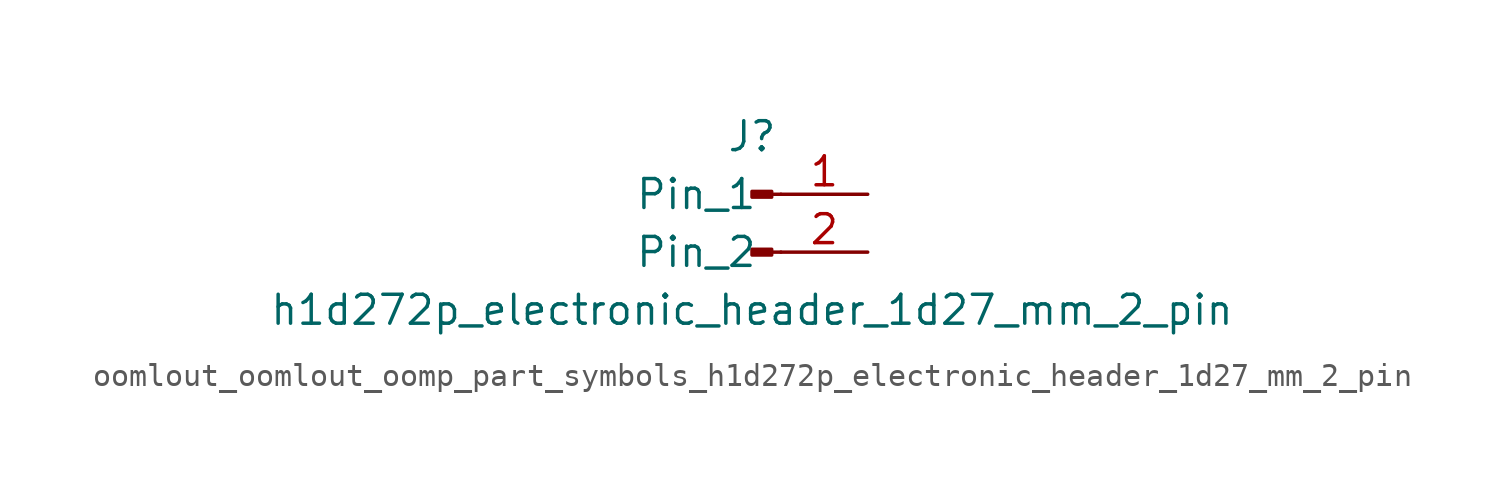
<source format=kicad_sym>
(kicad_symbol_lib
  (version 20220914)
  (generator kicad_symbol_editor)
  (symbol "oomlout_oomlout_oomp_part_symbols_h1d272p_electronic_header_1d27_mm_2_pin"
    (pin_names
      (offset 1.016))
    (property "Reference" "J"
      (at 0 2.54 0)
      (effects (font (size 1.27 1.27))))
    (property "Value" "h1d272p_electronic_header_1d27_mm_2_pin"
      (at 0 -5.08 0)
      (effects (font (size 1.27 1.27))))
    (property "ki_locked" ""
      (at 0 0 0)
      (effects (font (size 1.27 1.27))))
    (symbol "oomlout_oomlout_oomp_part_symbols_h1d272p_electronic_header_1d27_mm_2_pin_1_1"
      (polyline (pts (xy 1.27 -2.54) (xy 0.864 -2.54)) (stroke (width 0.152) (type default)) (fill (type none)))
      (polyline (pts (xy 1.27 0) (xy 0.864 0)) (stroke (width 0.152) (type default)) (fill (type none)))
      (rectangle (start 0.864 -2.413) (end 0 -2.667) (stroke (width 0.152) (type default)) (fill (type outline)))
      (rectangle (start 0.864 0.127) (end 0 -0.127) (stroke (width 0.152) (type default)) (fill (type outline)))
      (pin passive line (at 5.08 0 180) (length 3.81) (name "Pin_1" (effects (font (size 1.27 1.27)))) (number "1" (effects (font (size 1.27 1.27)))))
      (pin passive line (at 5.08 -2.54 180) (length 3.81) (name "Pin_2" (effects (font (size 1.27 1.27)))) (number "2" (effects (font (size 1.27 1.27))))))))
</source>
